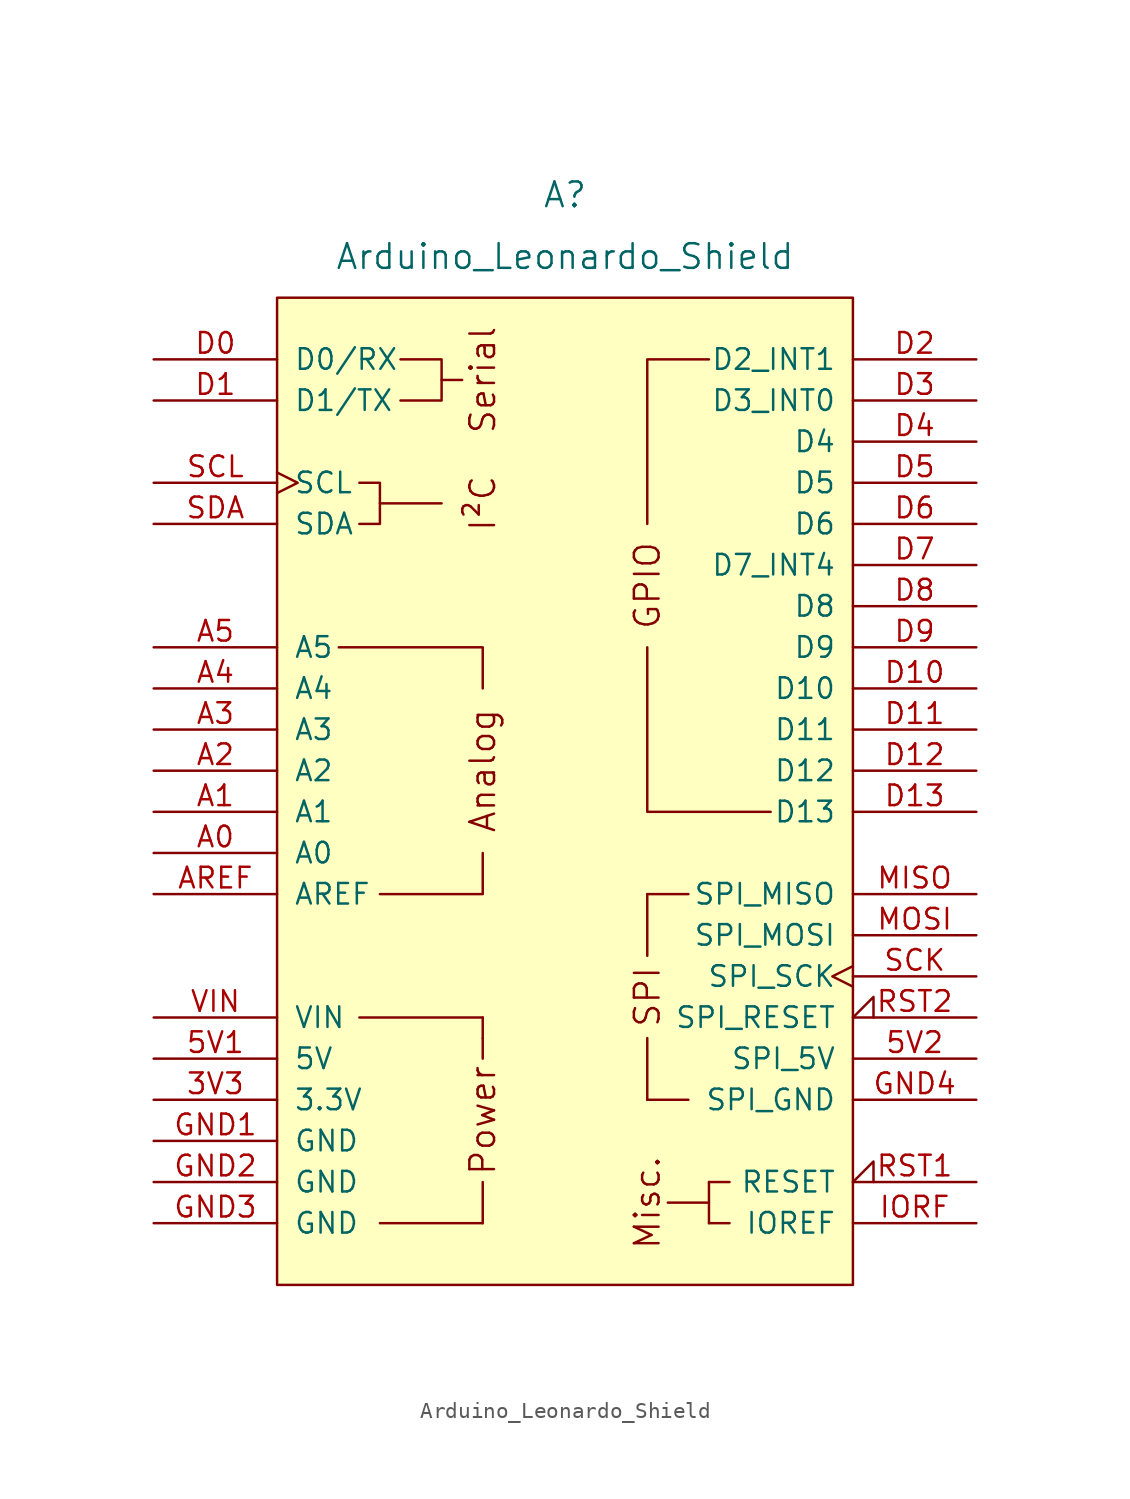
<source format=kicad_sym>
(kicad_symbol_lib
  (version 20241209)
  (generator "kicad_symbol_editor")
  (generator_version "9.0")
  (symbol "Arduino_Leonardo_Shield"
    (pin_names
      (offset 1.016))
    (property "Reference" "A"
      (at 0 36.83 0)
      (effects (font (size 1.524 1.524))))
    (property "Value" "Arduino_Leonardo_Shield"
      (at 0 33.02 0)
      (effects (font (size 1.524 1.524))))
    (symbol "Arduino_Leonardo_Shield_0_0"
      (rectangle (start -17.78 30.48) (end 17.78 -30.48) (stroke (width 0) (type default)) (fill (type background)))
      (polyline (pts (xy -12.7 19.05) (xy -11.43 19.05) (xy -11.43 16.51) (xy -12.7 16.51)) (stroke (width 0) (type default)) (fill (type none)))
      (rectangle (start -12.7 -13.97) (end -5.08 -13.97) (stroke (width 0) (type default)) (fill (type none)))
      (polyline (pts (xy -11.43 17.78) (xy -7.62 17.78)) (stroke (width 0) (type default)) (fill (type none)))
      (rectangle (start -11.43 -26.67) (end -5.08 -26.67) (stroke (width 0) (type default)) (fill (type none)))
      (polyline (pts (xy -10.16 26.67) (xy -7.62 26.67) (xy -7.62 24.13) (xy -10.16 24.13)) (stroke (width 0) (type default)) (fill (type none)))
      (polyline (pts (xy -7.62 25.4) (xy -6.35 25.4)) (stroke (width 0) (type default)) (fill (type none)))
      (polyline (pts (xy -5.08 6.35) (xy -5.08 8.89) (xy -13.97 8.89)) (stroke (width 0) (type default)) (fill (type none)))
      (polyline (pts (xy -5.08 -3.81) (xy -5.08 -6.35) (xy -11.43 -6.35)) (stroke (width 0) (type default)) (fill (type none)))
      (polyline (pts (xy -5.08 -13.97) (xy -5.08 -15.24)) (stroke (width 0) (type default)) (fill (type none)))
      (polyline (pts (xy -5.08 -15.24) (xy -5.08 -16.51)) (stroke (width 0) (type default)) (fill (type none)))
      (polyline (pts (xy -5.08 -26.67) (xy -5.08 -24.13)) (stroke (width 0) (type default)) (fill (type none)))
      (polyline (pts (xy 5.08 16.51) (xy 5.08 26.67) (xy 8.89 26.67)) (stroke (width 0) (type default)) (fill (type none)))
      (polyline (pts (xy 5.08 8.89) (xy 5.08 -1.27) (xy 12.7 -1.27)) (stroke (width 0) (type default)) (fill (type none)))
      (rectangle (start 5.08 -10.16) (end 5.08 -6.35) (stroke (width 0) (type default)) (fill (type none)))
      (rectangle (start 5.08 -19.05) (end 5.08 -15.24) (stroke (width 0) (type default)) (fill (type none)))
      (rectangle (start 5.08 -19.05) (end 7.62 -19.05) (stroke (width 0) (type default)) (fill (type none)))
      (rectangle (start 7.62 -6.35) (end 5.08 -6.35) (stroke (width 0) (type default)) (fill (type none)))
      (rectangle (start 8.89 -24.13) (end 8.89 -26.67) (stroke (width 0) (type default)) (fill (type none)))
      (rectangle (start 8.89 -25.4) (end 6.35 -25.4) (stroke (width 0) (type default)) (fill (type none)))
      (rectangle (start 10.16 -24.13) (end 8.89 -24.13) (stroke (width 0) (type default)) (fill (type none)))
      (rectangle (start 10.16 -26.67) (end 8.89 -26.67) (stroke (width 0) (type default)) (fill (type none)))
      (text "Serial" (at -5.08 25.4 900) (effects (font (size 1.524 1.524))))
      (text "I²C" (at -5.08 17.78 900) (effects (font (size 1.524 1.524))))
      (text "Analog" (at -5.08 1.27 900) (effects (font (size 1.524 1.524))))
      (text "Power" (at -5.08 -20.32 900) (effects (font (size 1.524 1.524))))
      (text "SPI" (at 5.08 -12.7 900) (effects (font (size 1.524 1.524))))
      (text "Misc." (at 5.08 -25.4 900) (effects (font (size 1.524 1.524)))))
    (symbol "Arduino_Leonardo_Shield_1_0"
      (text "GPIO" (at 5.08 12.7 900) (effects (font (size 1.524 1.524)))))
    (symbol "Arduino_Leonardo_Shield_1_1"
      (pin bidirectional line (at -25.4 26.67 0) (length 7.62) (name "D0/RX" (effects (font (size 1.27 1.27)))) (number "D0" (effects (font (size 1.27 1.27)))))
      (pin bidirectional line (at -25.4 24.13 0) (length 7.62) (name "D1/TX" (effects (font (size 1.27 1.27)))) (number "D1" (effects (font (size 1.27 1.27)))))
      (pin bidirectional clock (at -25.4 19.05 0) (length 7.62) (name "SCL" (effects (font (size 1.27 1.27)))) (number "SCL" (effects (font (size 1.27 1.27)))))
      (pin bidirectional line (at -25.4 16.51 0) (length 7.62) (name "SDA" (effects (font (size 1.27 1.27)))) (number "SDA" (effects (font (size 1.27 1.27)))))
      (pin bidirectional line (at -25.4 8.89 0) (length 7.62) (name "A5" (effects (font (size 1.27 1.27)))) (number "A5" (effects (font (size 1.27 1.27)))))
      (pin bidirectional line (at -25.4 6.35 0) (length 7.62) (name "A4" (effects (font (size 1.27 1.27)))) (number "A4" (effects (font (size 1.27 1.27)))))
      (pin bidirectional line (at -25.4 3.81 0) (length 7.62) (name "A3" (effects (font (size 1.27 1.27)))) (number "A3" (effects (font (size 1.27 1.27)))))
      (pin bidirectional line (at -25.4 1.27 0) (length 7.62) (name "A2" (effects (font (size 1.27 1.27)))) (number "A2" (effects (font (size 1.27 1.27)))))
      (pin bidirectional line (at -25.4 -1.27 0) (length 7.62) (name "A1" (effects (font (size 1.27 1.27)))) (number "A1" (effects (font (size 1.27 1.27)))))
      (pin bidirectional line (at -25.4 -3.81 0) (length 7.62) (name "A0" (effects (font (size 1.27 1.27)))) (number "A0" (effects (font (size 1.27 1.27)))))
      (pin input line (at -25.4 -6.35 0) (length 7.62) (name "AREF" (effects (font (size 1.27 1.27)))) (number "AREF" (effects (font (size 1.27 1.27)))))
      (pin power_in line (at -25.4 -13.97 0) (length 7.62) (name "VIN" (effects (font (size 1.27 1.27)))) (number "VIN" (effects (font (size 1.27 1.27)))))
      (pin power_in line (at -25.4 -16.51 0) (length 7.62) (name "5V" (effects (font (size 1.27 1.27)))) (number "5V1" (effects (font (size 1.27 1.27)))))
      (pin power_out line (at -25.4 -19.05 0) (length 7.62) (name "3.3V" (effects (font (size 1.27 1.27)))) (number "3V3" (effects (font (size 1.27 1.27)))))
      (pin power_in line (at -25.4 -21.59 0) (length 7.62) (name "GND" (effects (font (size 1.27 1.27)))) (number "GND1" (effects (font (size 1.27 1.27)))))
      (pin power_in line (at -25.4 -24.13 0) (length 7.62) (name "GND" (effects (font (size 1.27 1.27)))) (number "GND2" (effects (font (size 1.27 1.27)))))
      (pin power_in line (at -25.4 -26.67 0) (length 7.62) (name "GND" (effects (font (size 1.27 1.27)))) (number "GND3" (effects (font (size 1.27 1.27)))))
      (pin bidirectional line (at 25.4 26.67 180) (length 7.62) (name "D2_INT1" (effects (font (size 1.27 1.27)))) (number "D2" (effects (font (size 1.27 1.27)))))
      (pin bidirectional line (at 25.4 24.13 180) (length 7.62) (name "D3_INT0" (effects (font (size 1.27 1.27)))) (number "D3" (effects (font (size 1.27 1.27)))))
      (pin bidirectional line (at 25.4 21.59 180) (length 7.62) (name "D4" (effects (font (size 1.27 1.27)))) (number "D4" (effects (font (size 1.27 1.27)))))
      (pin bidirectional line (at 25.4 19.05 180) (length 7.62) (name "D5" (effects (font (size 1.27 1.27)))) (number "D5" (effects (font (size 1.27 1.27)))))
      (pin bidirectional line (at 25.4 16.51 180) (length 7.62) (name "D6" (effects (font (size 1.27 1.27)))) (number "D6" (effects (font (size 1.27 1.27)))))
      (pin bidirectional line (at 25.4 13.97 180) (length 7.62) (name "D7_INT4" (effects (font (size 1.27 1.27)))) (number "D7" (effects (font (size 1.27 1.27)))))
      (pin bidirectional line (at 25.4 11.43 180) (length 7.62) (name "D8" (effects (font (size 1.27 1.27)))) (number "D8" (effects (font (size 1.27 1.27)))))
      (pin bidirectional line (at 25.4 8.89 180) (length 7.62) (name "D9" (effects (font (size 1.27 1.27)))) (number "D9" (effects (font (size 1.27 1.27)))))
      (pin bidirectional line (at 25.4 6.35 180) (length 7.62) (name "D10" (effects (font (size 1.27 1.27)))) (number "D10" (effects (font (size 1.27 1.27)))))
      (pin bidirectional line (at 25.4 3.81 180) (length 7.62) (name "D11" (effects (font (size 1.27 1.27)))) (number "D11" (effects (font (size 1.27 1.27)))))
      (pin bidirectional line (at 25.4 1.27 180) (length 7.62) (name "D12" (effects (font (size 1.27 1.27)))) (number "D12" (effects (font (size 1.27 1.27)))))
      (pin bidirectional line (at 25.4 -1.27 180) (length 7.62) (name "D13" (effects (font (size 1.27 1.27)))) (number "D13" (effects (font (size 1.27 1.27)))))
      (pin input line (at 25.4 -6.35 180) (length 7.62) (name "SPI_MISO" (effects (font (size 1.27 1.27)))) (number "MISO" (effects (font (size 1.27 1.27)))))
      (pin output line (at 25.4 -8.89 180) (length 7.62) (name "SPI_MOSI" (effects (font (size 1.27 1.27)))) (number "MOSI" (effects (font (size 1.27 1.27)))))
      (pin output clock (at 25.4 -11.43 180) (length 7.62) (name "SPI_SCK" (effects (font (size 1.27 1.27)))) (number "SCK" (effects (font (size 1.27 1.27)))))
      (pin open_collector input_low (at 25.4 -13.97 180) (length 7.62) (name "SPI_RESET" (effects (font (size 1.27 1.27)))) (number "RST2" (effects (font (size 1.27 1.27)))))
      (pin power_in line (at 25.4 -16.51 180) (length 7.62) (name "SPI_5V" (effects (font (size 1.27 1.27)))) (number "5V2" (effects (font (size 1.27 1.27)))))
      (pin power_in line (at 25.4 -19.05 180) (length 7.62) (name "SPI_GND" (effects (font (size 1.27 1.27)))) (number "GND4" (effects (font (size 1.27 1.27)))))
      (pin open_collector input_low (at 25.4 -24.13 180) (length 7.62) (name "RESET" (effects (font (size 1.27 1.27)))) (number "RST1" (effects (font (size 1.27 1.27)))))
      (pin output line (at 25.4 -26.67 180) (length 7.62) (name "IOREF" (effects (font (size 1.27 1.27)))) (number "IORF" (effects (font (size 1.27 1.27))))))))
</source>
